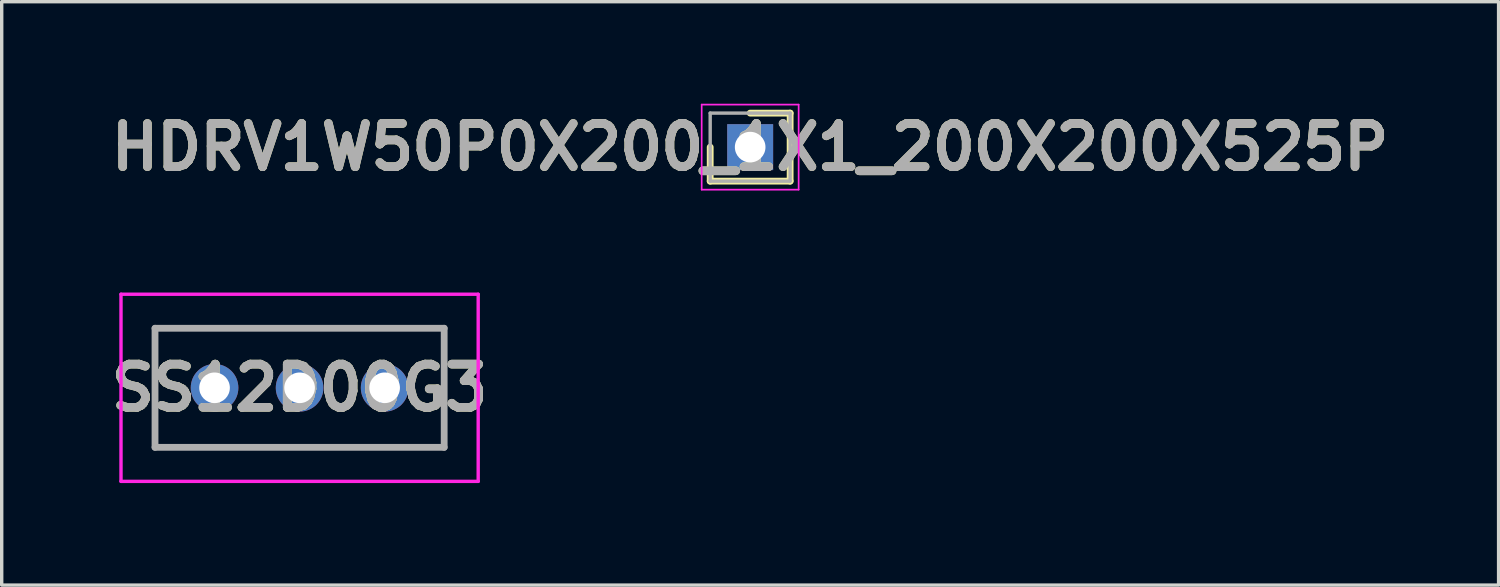
<source format=kicad_pcb>
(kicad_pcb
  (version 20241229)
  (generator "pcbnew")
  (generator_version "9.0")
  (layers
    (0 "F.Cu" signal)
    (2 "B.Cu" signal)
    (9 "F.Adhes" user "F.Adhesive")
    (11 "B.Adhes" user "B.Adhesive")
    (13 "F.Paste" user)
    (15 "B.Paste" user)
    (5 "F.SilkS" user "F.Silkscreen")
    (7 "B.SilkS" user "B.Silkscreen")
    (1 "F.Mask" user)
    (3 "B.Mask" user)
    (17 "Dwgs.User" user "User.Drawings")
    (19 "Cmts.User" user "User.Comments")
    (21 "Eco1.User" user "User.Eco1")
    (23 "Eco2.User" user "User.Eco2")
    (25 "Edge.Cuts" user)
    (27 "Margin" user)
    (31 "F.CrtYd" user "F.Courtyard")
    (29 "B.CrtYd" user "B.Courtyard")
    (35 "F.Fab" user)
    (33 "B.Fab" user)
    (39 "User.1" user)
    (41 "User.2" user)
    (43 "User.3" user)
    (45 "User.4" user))
  (footprint "SS12D00G3"
    (layer "F.Cu")
    (at 5.757 8.35)
    (property "Reference" "SS12D00G3" (at 0 0 0) (layer "F.SilkS") (effects (font (size 1.27 1.27) (thickness 0.254))))
    (attr through_hole)
    (fp_line (start -4.25 -1.75) (end 4.25 -1.75) (stroke (width 0.1) (type solid)) (layer "F.SilkS"))
    (fp_line (start -4.25 1.75) (end -4.25 -1.75) (stroke (width 0.1) (type solid)) (layer "F.SilkS"))
    (fp_line (start 4.25 -1.75) (end 4.25 1.75) (stroke (width 0.1) (type solid)) (layer "F.SilkS"))
    (fp_line (start 4.25 1.75) (end -4.25 1.75) (stroke (width 0.1) (type solid)) (layer "F.SilkS"))
    (fp_line (start -5.25 -2.75) (end 5.25 -2.75) (stroke (width 0.1) (type solid)) (layer "F.CrtYd"))
    (fp_line (start -5.25 2.75) (end -5.25 -2.75) (stroke (width 0.1) (type solid)) (layer "F.CrtYd"))
    (fp_line (start 5.25 -2.75) (end 5.25 2.75) (stroke (width 0.1) (type solid)) (layer "F.CrtYd"))
    (fp_line (start 5.25 2.75) (end -5.25 2.75) (stroke (width 0.1) (type solid)) (layer "F.CrtYd"))
    (fp_line (start -4.25 -1.75) (end 4.25 -1.75) (stroke (width 0.2) (type solid)) (layer "F.Fab"))
    (fp_line (start -4.25 1.75) (end -4.25 -1.75) (stroke (width 0.2) (type solid)) (layer "F.Fab"))
    (fp_line (start 4.25 -1.75) (end 4.25 1.75) (stroke (width 0.2) (type solid)) (layer "F.Fab"))
    (fp_line (start 4.25 1.75) (end -4.25 1.75) (stroke (width 0.2) (type solid)) (layer "F.Fab"))
    (fp_text user "${REFERENCE}" (at 0 0 0) (layer "F.Fab") (effects (font (size 1.27 1.27) (thickness 0.254))))
    (pad "1" thru_hole circle (at -2.5 0) (size 1.4 1.4) (drill 0.9) (layers "*.Cu" "*.Mask"))
    (pad "2" thru_hole circle (at 0 0) (size 1.4 1.4) (drill 0.9) (layers "*.Cu" "*.Mask"))
    (pad "3" thru_hole circle (at 2.5 0) (size 1.4 1.4) (drill 0.9) (layers "*.Cu" "*.Mask")))
  (footprint "HDRV1W50P0X200_1X1_200X200X525P"
    (layer "F.Cu")
    (at 19.002 1.275)
    (property "Reference" "HDRV1W50P0X200_1X1_200X200X525P" (at 0 0 0) (layer "F.SilkS") (effects (font (size 1.27 1.27) (thickness 0.254))))
    (attr through_hole)
    (fp_line (start -1.175 0) (end -1.175 1) (stroke (width 0.2) (type solid)) (layer "F.SilkS"))
    (fp_line (start -1.175 1) (end 1.175 1) (stroke (width 0.2) (type solid)) (layer "F.SilkS"))
    (fp_line (start 1.175 -1) (end 0 -1) (stroke (width 0.2) (type solid)) (layer "F.SilkS"))
    (fp_line (start 1.175 1) (end 1.175 -1) (stroke (width 0.2) (type solid)) (layer "F.SilkS"))
    (fp_line (start -1.425 -1.25) (end 1.425 -1.25) (stroke (width 0.05) (type solid)) (layer "F.CrtYd"))
    (fp_line (start -1.425 1.25) (end -1.425 -1.25) (stroke (width 0.05) (type solid)) (layer "F.CrtYd"))
    (fp_line (start 1.425 -1.25) (end 1.425 1.25) (stroke (width 0.05) (type solid)) (layer "F.CrtYd"))
    (fp_line (start 1.425 1.25) (end -1.425 1.25) (stroke (width 0.05) (type solid)) (layer "F.CrtYd"))
    (fp_line (start -1.175 -1) (end 1.175 -1) (stroke (width 0.1) (type solid)) (layer "F.Fab"))
    (fp_line (start -1.175 1) (end -1.175 -1) (stroke (width 0.1) (type solid)) (layer "F.Fab"))
    (fp_line (start 1.175 -1) (end 1.175 1) (stroke (width 0.1) (type solid)) (layer "F.Fab"))
    (fp_line (start 1.175 1) (end -1.175 1) (stroke (width 0.1) (type solid)) (layer "F.Fab"))
    (fp_text user "${REFERENCE}" (at 0 0 0) (layer "F.Fab") (effects (font (size 1.27 1.27) (thickness 0.254))))
    (pad "1" thru_hole rect (at 0 0) (size 1.35 1.35) (drill 0.9) (layers "*.Cu" "*.Mask")))
  (gr_rect
    (start -3 -3)
    (end 41.003 14.15)
    (stroke (width 0.1) (type default))
    (fill no)
    (layer "Edge.Cuts")))
</source>
